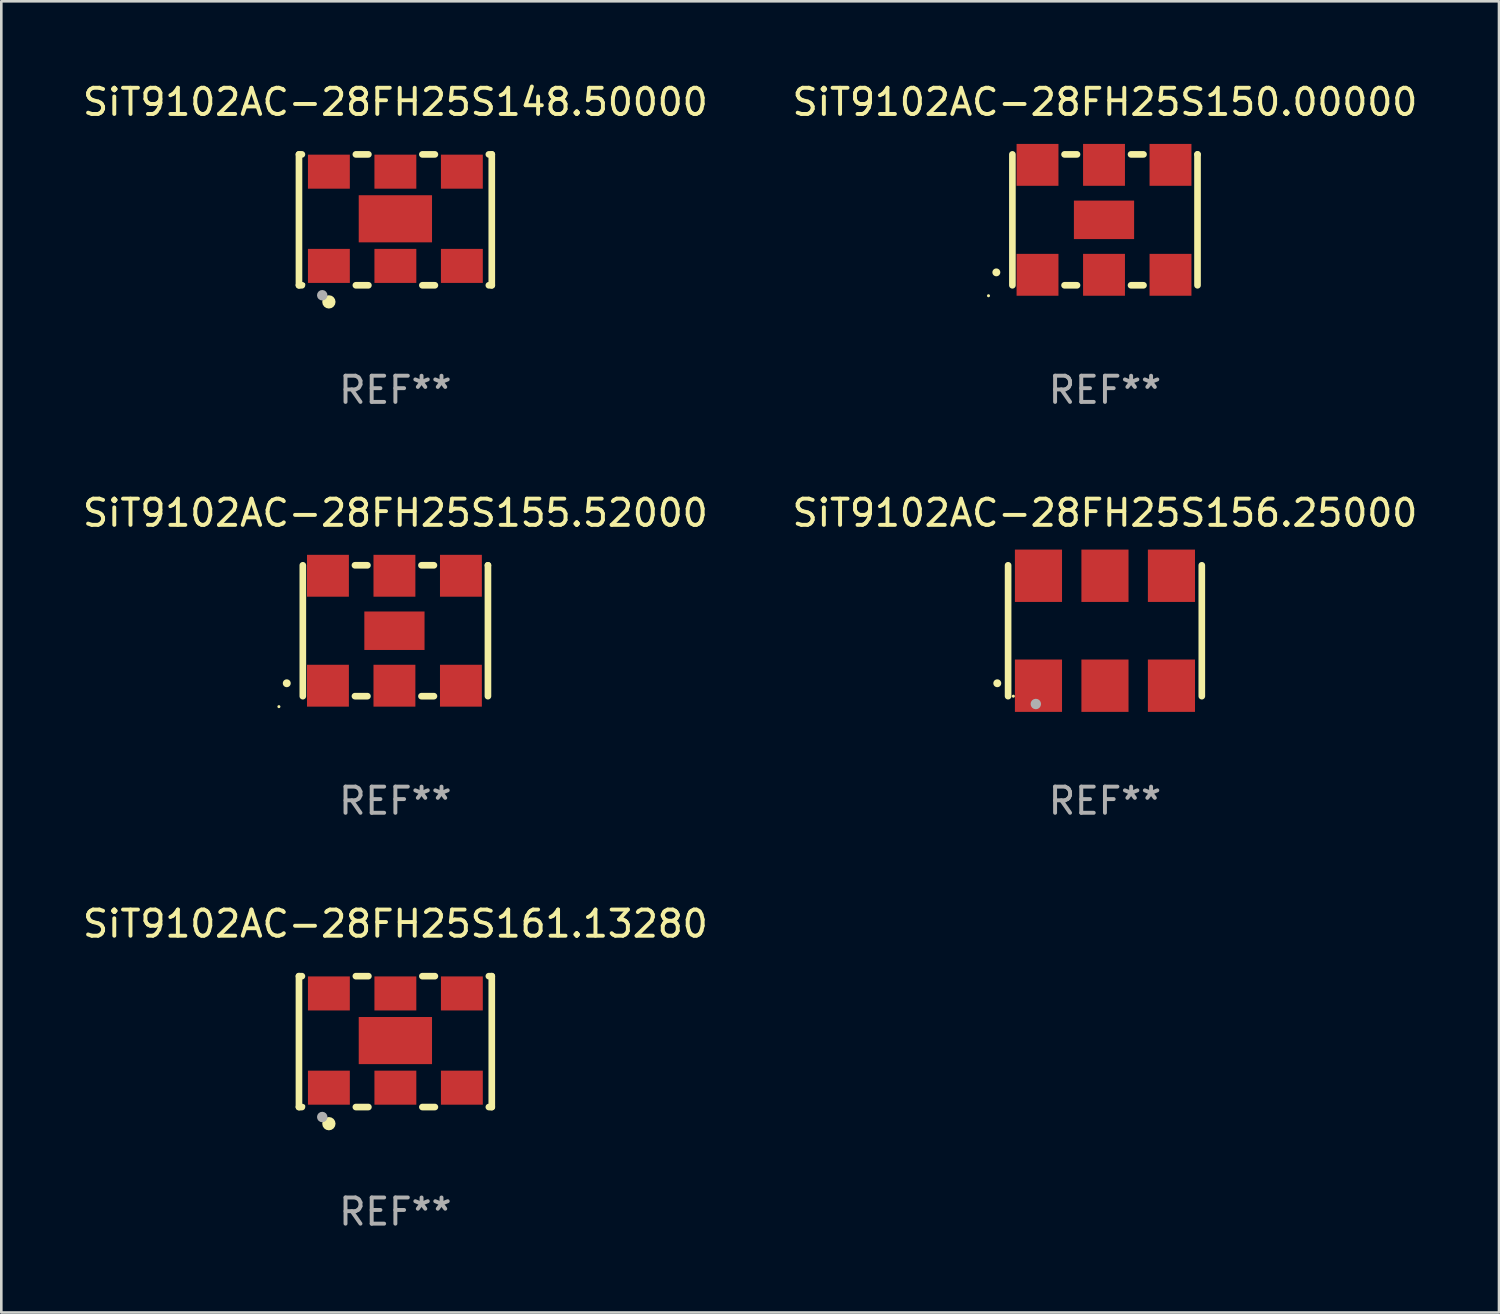
<source format=kicad_pcb>
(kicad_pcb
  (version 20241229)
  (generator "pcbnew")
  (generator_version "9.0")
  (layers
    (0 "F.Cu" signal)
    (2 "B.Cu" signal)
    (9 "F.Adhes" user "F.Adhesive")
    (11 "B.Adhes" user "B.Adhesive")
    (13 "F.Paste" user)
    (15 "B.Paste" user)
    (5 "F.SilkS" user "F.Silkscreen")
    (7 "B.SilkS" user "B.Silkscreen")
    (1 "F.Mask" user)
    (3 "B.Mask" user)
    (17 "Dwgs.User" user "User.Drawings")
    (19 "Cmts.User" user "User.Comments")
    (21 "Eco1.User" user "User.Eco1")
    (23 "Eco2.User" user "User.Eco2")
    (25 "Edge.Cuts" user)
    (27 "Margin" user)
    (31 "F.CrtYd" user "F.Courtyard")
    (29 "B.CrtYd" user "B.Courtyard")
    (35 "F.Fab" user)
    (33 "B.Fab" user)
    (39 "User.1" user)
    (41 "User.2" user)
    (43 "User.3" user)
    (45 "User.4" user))
  (footprint "SiT9102AC-28FH25S148.50000"
    (layer "F.Cu")
    (at 12.054 5.348)
    (property "Reference" "SiT9102AC-28FH25S148.50000" (at 0 -4.5 0) (layer "F.SilkS") (effects (font (size 1 1) (thickness 0.15))))
    (attr through_hole)
    (fp_line (start -3.683 -2.5) (end -3.571 -2.5) (stroke (width 0.254) (type solid)) (layer "F.SilkS"))
    (fp_line (start -3.683 2.5) (end -3.683 -2.5) (stroke (width 0.254) (type solid)) (layer "F.SilkS"))
    (fp_line (start -3.683 2.5) (end -3.571 2.5) (stroke (width 0.254) (type solid)) (layer "F.SilkS"))
    (fp_line (start -1.509 -2.5) (end -1.031 -2.5) (stroke (width 0.254) (type solid)) (layer "F.SilkS"))
    (fp_line (start -1.509 2.5) (end -1.031 2.5) (stroke (width 0.254) (type solid)) (layer "F.SilkS"))
    (fp_line (start 1.031 -2.5) (end 1.509 -2.5) (stroke (width 0.254) (type solid)) (layer "F.SilkS"))
    (fp_line (start 1.031 2.5) (end 1.509 2.5) (stroke (width 0.254) (type solid)) (layer "F.SilkS"))
    (fp_line (start 3.571 -2.5) (end 3.683 -2.5) (stroke (width 0.254) (type solid)) (layer "F.SilkS"))
    (fp_line (start 3.571 2.5) (end 3.683 2.5) (stroke (width 0.254) (type solid)) (layer "F.SilkS"))
    (fp_line (start 3.683 2.5) (end 3.683 -2.5) (stroke (width 0.254) (type solid)) (layer "F.SilkS"))
    (fp_circle (center -3.5 2.46) (end -3.47 2.46) (stroke (width 0.06) (type solid)) (fill no) (layer "F.SilkS"))
    (fp_circle (center -2.54 3.135) (end -2.413 3.135) (stroke (width 0.254) (type solid)) (fill no) (layer "F.SilkS"))
    (fp_circle (center -2.794 2.881) (end -2.694 2.881) (stroke (width 0.2) (type solid)) (fill no) (layer "F.Fab"))
    (fp_text user "REF**" (at 0 6.5 0) (layer "F.Fab") (effects (font (size 1 1) (thickness 0.15))))
    (pad "1" smd rect (at -2.54 1.76) (size 1.6 1.3) (layers "F.Cu" "F.Mask" "F.Paste"))
    (pad "2" smd rect (at 0 1.76) (size 1.6 1.3) (layers "F.Cu" "F.Mask" "F.Paste"))
    (pad "3" smd rect (at 2.54 1.76) (size 1.6 1.3) (layers "F.Cu" "F.Mask" "F.Paste"))
    (pad "4" smd rect (at 2.54 -1.84) (size 1.6 1.3) (layers "F.Cu" "F.Mask" "F.Paste"))
    (pad "5" smd rect (at 0 -1.84) (size 1.6 1.3) (layers "F.Cu" "F.Mask" "F.Paste"))
    (pad "6" smd rect (at -2.54 -1.84) (size 1.6 1.3) (layers "F.Cu" "F.Mask" "F.Paste"))
    (pad "7" smd rect (at 0 -0.04) (size 2.8 1.8) (layers "F.Cu" "F.Mask" "F.Paste")))
  (footprint "SiT9102AC-28FH25S161.13280"
    (layer "F.Cu")
    (at 12.054 36.741)
    (property "Reference" "SiT9102AC-28FH25S161.13280" (at 0 -4.5 0) (layer "F.SilkS") (effects (font (size 1 1) (thickness 0.15))))
    (attr through_hole)
    (fp_line (start -3.683 -2.5) (end -3.571 -2.5) (stroke (width 0.254) (type solid)) (layer "F.SilkS"))
    (fp_line (start -3.683 2.5) (end -3.683 -2.5) (stroke (width 0.254) (type solid)) (layer "F.SilkS"))
    (fp_line (start -3.683 2.5) (end -3.571 2.5) (stroke (width 0.254) (type solid)) (layer "F.SilkS"))
    (fp_line (start -1.509 -2.5) (end -1.031 -2.5) (stroke (width 0.254) (type solid)) (layer "F.SilkS"))
    (fp_line (start -1.509 2.5) (end -1.031 2.5) (stroke (width 0.254) (type solid)) (layer "F.SilkS"))
    (fp_line (start 1.031 -2.5) (end 1.509 -2.5) (stroke (width 0.254) (type solid)) (layer "F.SilkS"))
    (fp_line (start 1.031 2.5) (end 1.509 2.5) (stroke (width 0.254) (type solid)) (layer "F.SilkS"))
    (fp_line (start 3.571 -2.5) (end 3.683 -2.5) (stroke (width 0.254) (type solid)) (layer "F.SilkS"))
    (fp_line (start 3.571 2.5) (end 3.683 2.5) (stroke (width 0.254) (type solid)) (layer "F.SilkS"))
    (fp_line (start 3.683 2.5) (end 3.683 -2.5) (stroke (width 0.254) (type solid)) (layer "F.SilkS"))
    (fp_circle (center -3.5 2.46) (end -3.47 2.46) (stroke (width 0.06) (type solid)) (fill no) (layer "F.SilkS"))
    (fp_circle (center -2.54 3.135) (end -2.413 3.135) (stroke (width 0.254) (type solid)) (fill no) (layer "F.SilkS"))
    (fp_circle (center -2.794 2.881) (end -2.694 2.881) (stroke (width 0.2) (type solid)) (fill no) (layer "F.Fab"))
    (fp_text user "REF**" (at 0 6.5 0) (layer "F.Fab") (effects (font (size 1 1) (thickness 0.15))))
    (pad "1" smd rect (at -2.54 1.76) (size 1.6 1.3) (layers "F.Cu" "F.Mask" "F.Paste"))
    (pad "2" smd rect (at 0 1.76) (size 1.6 1.3) (layers "F.Cu" "F.Mask" "F.Paste"))
    (pad "3" smd rect (at 2.54 1.76) (size 1.6 1.3) (layers "F.Cu" "F.Mask" "F.Paste"))
    (pad "4" smd rect (at 2.54 -1.84) (size 1.6 1.3) (layers "F.Cu" "F.Mask" "F.Paste"))
    (pad "5" smd rect (at 0 -1.84) (size 1.6 1.3) (layers "F.Cu" "F.Mask" "F.Paste"))
    (pad "6" smd rect (at -2.54 -1.84) (size 1.6 1.3) (layers "F.Cu" "F.Mask" "F.Paste"))
    (pad "7" smd rect (at 0 -0.04) (size 2.8 1.8) (layers "F.Cu" "F.Mask" "F.Paste")))
  (footprint "SiT9102AC-28FH25S156.25000"
    (layer "F.Cu")
    (at 39.161 21.045)
    (property "Reference" "SiT9102AC-28FH25S156.25000" (at 0 -4.5 0) (layer "F.SilkS") (effects (font (size 1 1) (thickness 0.15))))
    (attr through_hole)
    (fp_line (start -3.7 -2.5) (end -3.7 2.5) (stroke (width 0.254) (type solid)) (layer "F.SilkS"))
    (fp_line (start 3.7 -2.5) (end 3.7 2.5) (stroke (width 0.254) (type solid)) (layer "F.SilkS"))
    (fp_arc (start -4.114415 2.006604) (mid -4.113145 2.006599) (end -4.111875 2.006604) (stroke (width 0.3) (type solid)) (layer "F.SilkS"))
    (fp_circle (center -3.5 2.501) (end -3.47 2.501) (stroke (width 0.06) (type solid)) (fill no) (layer "F.SilkS"))
    (fp_circle (center -2.641 2.799) (end -2.541 2.799) (stroke (width 0.2) (type solid)) (fill no) (layer "F.Fab"))
    (fp_text user "REF**" (at 0 6.5 0) (layer "F.Fab") (effects (font (size 1 1) (thickness 0.15))))
    (pad "1" smd rect (at -2.54 2.1) (size 1.8 2) (layers "F.Cu" "F.Mask" "F.Paste"))
    (pad "2" smd rect (at 0.000394 2.1) (size 1.8 2) (layers "F.Cu" "F.Mask" "F.Paste"))
    (pad "3" smd rect (at 2.54 2.1) (size 1.8 2) (layers "F.Cu" "F.Mask" "F.Paste"))
    (pad "4" smd rect (at 2.54 -2.1) (size 1.8 2) (layers "F.Cu" "F.Mask" "F.Paste"))
    (pad "5" smd rect (at 0.000394 -2.1) (size 1.8 2) (layers "F.Cu" "F.Mask" "F.Paste"))
    (pad "6" smd rect (at -2.54 -2.1) (size 1.8 2) (layers "F.Cu" "F.Mask" "F.Paste")))
  (footprint "SiT9102AC-28FH25S150.00000"
    (layer "F.Cu")
    (at 39.161 5.348)
    (property "Reference" "SiT9102AC-28FH25S150.00000" (at 0 -4.5 0) (layer "F.SilkS") (effects (font (size 1 1) (thickness 0.15))))
    (attr through_hole)
    (fp_line (start -3.536 -2.5) (end -3.536 2.5) (stroke (width 0.254) (type solid)) (layer "F.SilkS"))
    (fp_line (start -1.544 2.5) (end -1.067 2.5) (stroke (width 0.254) (type solid)) (layer "F.SilkS"))
    (fp_line (start -1.067 -2.5) (end -1.544 -2.5) (stroke (width 0.254) (type solid)) (layer "F.SilkS"))
    (fp_line (start 0.996 2.5) (end 1.473 2.5) (stroke (width 0.254) (type solid)) (layer "F.SilkS"))
    (fp_line (start 1.473 -2.5) (end 0.996 -2.5) (stroke (width 0.254) (type solid)) (layer "F.SilkS"))
    (fp_line (start 3.536 -2.5) (end 3.536 -2.5) (stroke (width 0.254) (type solid)) (layer "F.SilkS"))
    (fp_line (start 3.536 2.5) (end 3.536 -2.5) (stroke (width 0.254) (type solid)) (layer "F.SilkS"))
    (fp_arc (start -4.150432 2.006604) (mid -4.149162 2.006599) (end -4.147892 2.006604) (stroke (width 0.3) (type solid)) (layer "F.SilkS"))
    (fp_circle (center -4.449 2.9) (end -4.419 2.9) (stroke (width 0.06) (type solid)) (fill no) (layer "F.SilkS"))
    (fp_text user "REF**" (at 0 6.5 0) (layer "F.Fab") (effects (font (size 1 1) (thickness 0.15))))
    (pad "1" smd rect (at -2.576 2.1) (size 1.6 1.6) (layers "F.Cu" "F.Mask" "F.Paste"))
    (pad "2" smd rect (at -0.036 2.1) (size 1.6 1.6) (layers "F.Cu" "F.Mask" "F.Paste"))
    (pad "3" smd rect (at 2.504 2.1) (size 1.6 1.6) (layers "F.Cu" "F.Mask" "F.Paste"))
    (pad "4" smd rect (at 2.504 -2.1) (size 1.6 1.6) (layers "F.Cu" "F.Mask" "F.Paste"))
    (pad "5" smd rect (at -0.036 -2.1) (size 1.6 1.6) (layers "F.Cu" "F.Mask" "F.Paste"))
    (pad "6" smd rect (at -2.576 -2.1) (size 1.6 1.6) (layers "F.Cu" "F.Mask" "F.Paste"))
    (pad "7" smd rect (at -0.036 0) (size 2.3 1.47) (layers "F.Cu" "F.Mask" "F.Paste")))
  (footprint "SiT9102AC-28FH25S155.52000"
    (layer "F.Cu")
    (at 12.054 21.045)
    (property "Reference" "SiT9102AC-28FH25S155.52000" (at 0 -4.5 0) (layer "F.SilkS") (effects (font (size 1 1) (thickness 0.15))))
    (attr through_hole)
    (fp_line (start -3.536 -2.5) (end -3.536 2.5) (stroke (width 0.254) (type solid)) (layer "F.SilkS"))
    (fp_line (start -1.544 2.5) (end -1.067 2.5) (stroke (width 0.254) (type solid)) (layer "F.SilkS"))
    (fp_line (start -1.067 -2.5) (end -1.544 -2.5) (stroke (width 0.254) (type solid)) (layer "F.SilkS"))
    (fp_line (start 0.996 2.5) (end 1.473 2.5) (stroke (width 0.254) (type solid)) (layer "F.SilkS"))
    (fp_line (start 1.473 -2.5) (end 0.996 -2.5) (stroke (width 0.254) (type solid)) (layer "F.SilkS"))
    (fp_line (start 3.536 -2.5) (end 3.536 -2.5) (stroke (width 0.254) (type solid)) (layer "F.SilkS"))
    (fp_line (start 3.536 2.5) (end 3.536 -2.5) (stroke (width 0.254) (type solid)) (layer "F.SilkS"))
    (fp_arc (start -4.150432 2.006604) (mid -4.149162 2.006599) (end -4.147892 2.006604) (stroke (width 0.3) (type solid)) (layer "F.SilkS"))
    (fp_circle (center -4.449 2.9) (end -4.419 2.9) (stroke (width 0.06) (type solid)) (fill no) (layer "F.SilkS"))
    (fp_text user "REF**" (at 0 6.5 0) (layer "F.Fab") (effects (font (size 1 1) (thickness 0.15))))
    (pad "1" smd rect (at -2.576 2.1) (size 1.6 1.6) (layers "F.Cu" "F.Mask" "F.Paste"))
    (pad "2" smd rect (at -0.036 2.1) (size 1.6 1.6) (layers "F.Cu" "F.Mask" "F.Paste"))
    (pad "3" smd rect (at 2.504 2.1) (size 1.6 1.6) (layers "F.Cu" "F.Mask" "F.Paste"))
    (pad "4" smd rect (at 2.504 -2.1) (size 1.6 1.6) (layers "F.Cu" "F.Mask" "F.Paste"))
    (pad "5" smd rect (at -0.036 -2.1) (size 1.6 1.6) (layers "F.Cu" "F.Mask" "F.Paste"))
    (pad "6" smd rect (at -2.576 -2.1) (size 1.6 1.6) (layers "F.Cu" "F.Mask" "F.Paste"))
    (pad "7" smd rect (at -0.036 0) (size 2.3 1.47) (layers "F.Cu" "F.Mask" "F.Paste")))
  (gr_rect
    (start -3 -3)
    (end 54.214 47.09)
    (stroke (width 0.1) (type default))
    (fill no)
    (layer "Edge.Cuts")))
</source>
